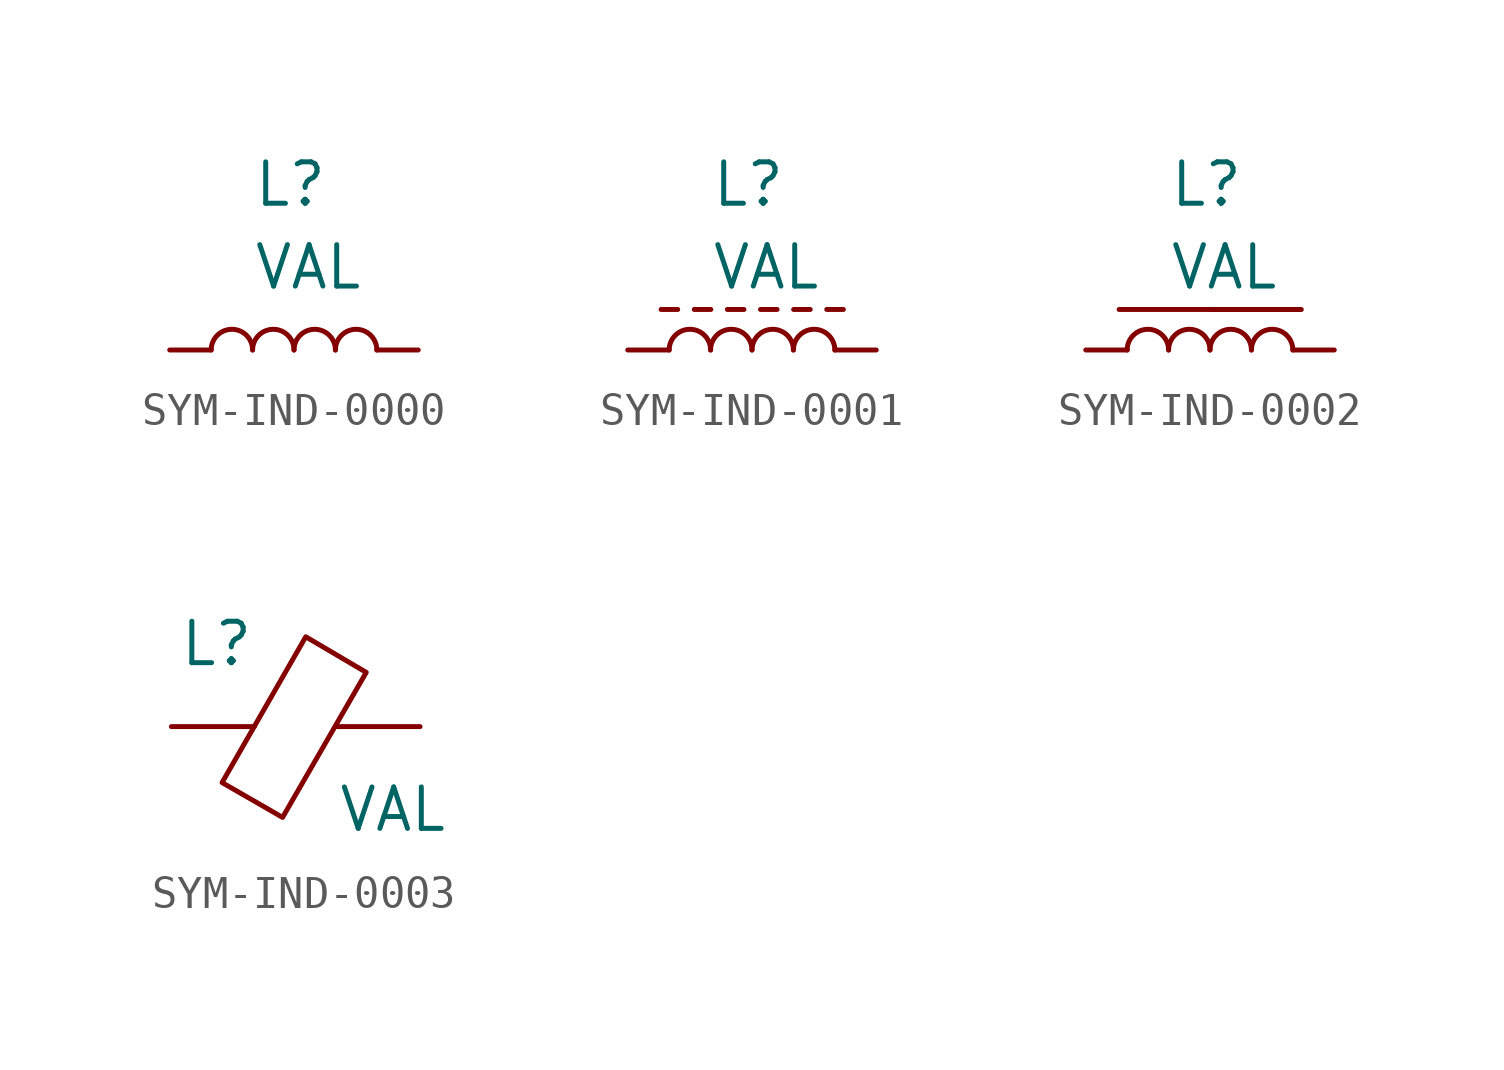
<source format=kicad_sym>
(kicad_symbol_lib
  (version 20241209)
  (generator "kicad_symbol_editor")
  (generator_version "9.0")
  (symbol "SYM-IND-0000"
    (pin_numbers
      (hide yes))
    (pin_names
      (offset 1.016)
      (hide yes))
    (property "Reference" "L"
      (at 2.54 5.08 0)
      (effects (font (size 1.27 1.27)) (justify left)))
    (property "Value" "VAL"
      (at 2.54 2.54 0)
      (effects (font (size 1.27 1.27)) (justify left)))
    (symbol "SYM-IND-0000_0_1"
      (arc (start 1.27 0) (mid 1.905 0.6323) (end 2.54 0) (stroke (width 0) (type default)) (fill (type none)))
      (arc (start 2.54 0) (mid 3.175 0.6323) (end 3.81 0) (stroke (width 0) (type default)) (fill (type none)))
      (arc (start 3.81 0) (mid 4.445 0.6323) (end 5.08 0) (stroke (width 0) (type default)) (fill (type none)))
      (arc (start 5.08 0) (mid 5.715 0.6323) (end 6.35 0) (stroke (width 0) (type default)) (fill (type none))))
    (symbol "SYM-IND-0000_1_1"
      (pin passive line (at 0 0 0) (length 1.27) (name "1" (effects (font (size 1.27 1.27)))) (number "1" (effects (font (size 1.27 1.27)))))
      (pin passive line (at 7.62 0 180) (length 1.27) (name "2" (effects (font (size 1.27 1.27)))) (number "2" (effects (font (size 1.27 1.27)))))))
  (symbol "SYM-IND-0001"
    (pin_numbers
      (hide yes))
    (pin_names
      (offset 1.016)
      (hide yes))
    (property "Reference" "L"
      (at 2.54 5.08 0)
      (effects (font (size 1.27 1.27)) (justify left)))
    (property "Value" "VAL"
      (at 2.54 2.54 0)
      (effects (font (size 1.27 1.27)) (justify left)))
    (symbol "SYM-IND-0001_0_1"
      (polyline (pts (xy 1.531 1.243) (xy 1.023 1.243)) (stroke (width 0) (type default)) (fill (type none)))
      (arc (start 1.27 0) (mid 1.905 0.6323) (end 2.54 0) (stroke (width 0) (type default)) (fill (type none)))
      (polyline (pts (xy 2.547 1.243) (xy 2.039 1.243)) (stroke (width 0) (type default)) (fill (type none)))
      (arc (start 2.54 0) (mid 3.175 0.6323) (end 3.81 0) (stroke (width 0) (type default)) (fill (type none)))
      (polyline (pts (xy 3.563 1.243) (xy 3.055 1.243)) (stroke (width 0) (type default)) (fill (type none)))
      (arc (start 3.81 0) (mid 4.445 0.6323) (end 5.08 0) (stroke (width 0) (type default)) (fill (type none)))
      (polyline (pts (xy 4.579 1.243) (xy 4.071 1.243)) (stroke (width 0) (type default)) (fill (type none)))
      (polyline (pts (xy 5.595 1.243) (xy 5.087 1.243)) (stroke (width 0) (type default)) (fill (type none)))
      (arc (start 5.08 0) (mid 5.715 0.6323) (end 6.35 0) (stroke (width 0) (type default)) (fill (type none)))
      (polyline (pts (xy 6.611 1.243) (xy 6.103 1.243)) (stroke (width 0) (type default)) (fill (type none))))
    (symbol "SYM-IND-0001_1_1"
      (pin passive line (at 0 0 0) (length 1.27) (name "1" (effects (font (size 1.27 1.27)))) (number "1" (effects (font (size 1.27 1.27)))))
      (pin passive line (at 7.62 0 180) (length 1.27) (name "2" (effects (font (size 1.27 1.27)))) (number "2" (effects (font (size 1.27 1.27)))))))
  (symbol "SYM-IND-0002"
    (pin_numbers
      (hide yes))
    (pin_names
      (offset 1.016)
      (hide yes))
    (property "Reference" "L"
      (at 2.54 5.08 0)
      (effects (font (size 1.27 1.27)) (justify left)))
    (property "Value" "VAL"
      (at 2.54 2.54 0)
      (effects (font (size 1.27 1.27)) (justify left)))
    (symbol "SYM-IND-0002_0_1"
      (arc (start 1.27 0) (mid 1.905 0.6323) (end 2.54 0) (stroke (width 0) (type default)) (fill (type none)))
      (arc (start 2.54 0) (mid 3.175 0.6323) (end 3.81 0) (stroke (width 0) (type default)) (fill (type none)))
      (arc (start 3.81 0) (mid 4.445 0.6323) (end 5.08 0) (stroke (width 0) (type default)) (fill (type none)))
      (arc (start 5.08 0) (mid 5.715 0.6323) (end 6.35 0) (stroke (width 0) (type default)) (fill (type none)))
      (polyline (pts (xy 6.609 1.242) (xy 1.023 1.243)) (stroke (width 0) (type default)) (fill (type none))))
    (symbol "SYM-IND-0002_1_1"
      (pin passive line (at 0 0 0) (length 1.27) (name "1" (effects (font (size 1.27 1.27)))) (number "1" (effects (font (size 1.27 1.27)))))
      (pin passive line (at 7.62 0 180) (length 1.27) (name "2" (effects (font (size 1.27 1.27)))) (number "2" (effects (font (size 1.27 1.27)))))))
  (symbol "SYM-IND-0003"
    (pin_numbers
      (hide yes))
    (pin_names
      (offset 1.016)
      (hide yes))
    (property "Reference" "L"
      (at 2.54 2.54 0)
      (effects (font (size 1.27 1.27)) (justify right)))
    (property "Value" "VAL"
      (at 5.08 -2.54 0)
      (effects (font (size 1.27 1.27)) (justify left)))
    (symbol "SYM-IND-0003_0_1"
      (polyline (pts (xy 3.406 -2.783) (xy 1.552 -1.716) (xy 4.117 2.754) (xy 5.971 1.662) (xy 3.406 -2.783)) (stroke (width 0) (type default)) (fill (type none))))
    (symbol "SYM-IND-0003_1_1"
      (pin passive line (at 0 0 0) (length 2.54) (name "~" (effects (font (size 1.27 1.27)))) (number "1" (effects (font (size 1.27 1.27)))))
      (pin passive line (at 7.62 0 180) (length 2.54) (name "~" (effects (font (size 1.27 1.27)))) (number "2" (effects (font (size 1.27 1.27))))))))
</source>
